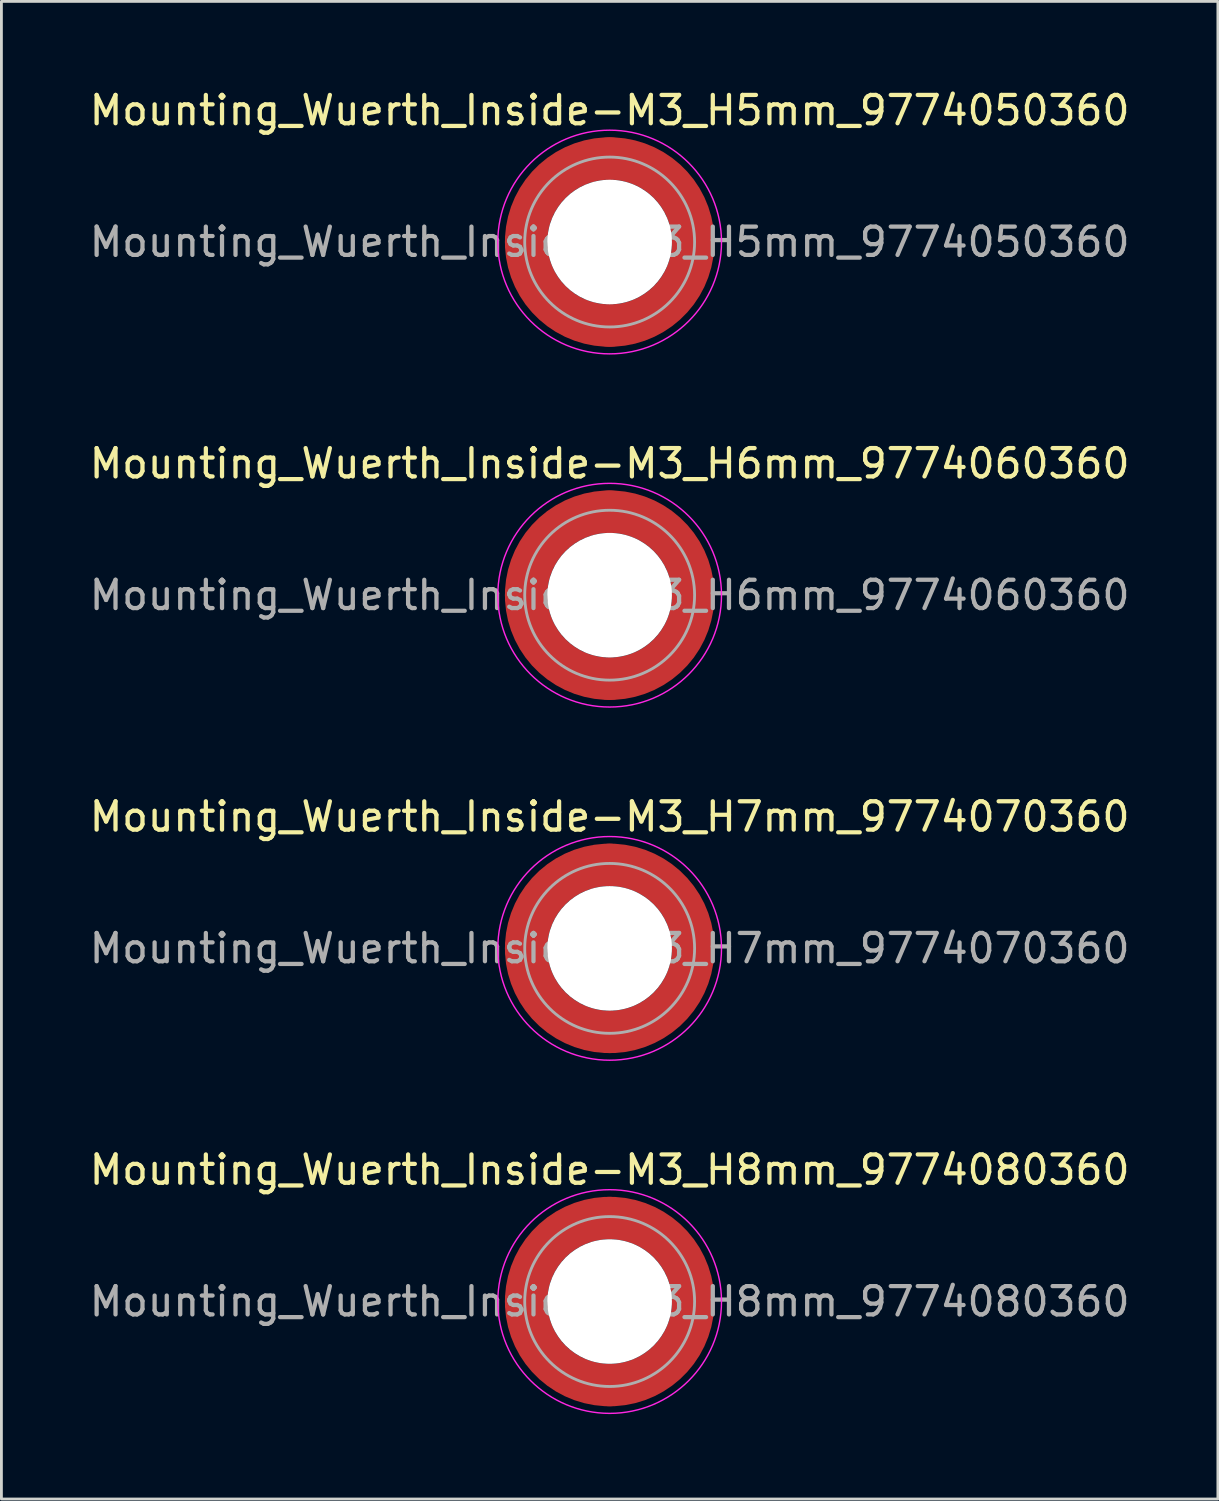
<source format=kicad_pcb>
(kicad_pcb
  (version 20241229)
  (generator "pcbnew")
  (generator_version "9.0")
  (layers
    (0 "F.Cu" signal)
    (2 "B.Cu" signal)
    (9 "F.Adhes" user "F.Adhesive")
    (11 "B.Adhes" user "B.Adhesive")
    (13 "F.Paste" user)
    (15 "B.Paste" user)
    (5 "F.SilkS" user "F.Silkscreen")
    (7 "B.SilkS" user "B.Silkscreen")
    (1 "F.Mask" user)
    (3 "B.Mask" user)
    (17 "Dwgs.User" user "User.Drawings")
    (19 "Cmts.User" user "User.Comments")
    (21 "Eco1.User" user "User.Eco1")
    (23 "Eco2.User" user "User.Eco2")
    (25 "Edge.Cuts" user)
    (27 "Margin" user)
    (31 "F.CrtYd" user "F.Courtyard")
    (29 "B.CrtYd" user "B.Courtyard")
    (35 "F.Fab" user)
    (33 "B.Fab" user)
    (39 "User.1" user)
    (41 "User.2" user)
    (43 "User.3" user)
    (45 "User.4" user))
  (footprint "Mounting_Wuerth_Inside-M3_H5mm_9774050360"
    (layer "F.Cu")
    (at 18.482 5.498)
    (property "Reference" "Mounting_Wuerth_Inside-M3_H5mm_9774050360" (at 0 -4.65 0) (layer "F.SilkS") (effects (font (size 1 1) (thickness 0.15))))
    (attr smd)
    (fp_circle (center 0 0) (end 3.95 0) (stroke (width 0.05) (type solid)) (fill no) (layer "F.CrtYd"))
    (fp_circle (center 0 0) (end 3 0) (stroke (width 0.1) (type solid)) (fill no) (layer "F.Fab"))
    (fp_text user "${REFERENCE}" (at 0 0 0) (layer "F.Fab") (effects (font (size 1 1) (thickness 0.15))))
    (pad "" smd custom (at -2.058 -2.058) (size 1.1 1.1) (layers "F.Paste") (options (anchor circle)) (primitives (gr_arc (start -0.524489 1.532681) (mid 0.194454 0.194454) (end 1.532681 -0.524489) (width 0.55)) (gr_arc (start -0.804569 1.532681) (mid 0 0) (end 1.532681 -0.804569) (width 0.55)) (gr_arc (start -1.083752 1.532681) (mid -0.194454 -0.194454) (end 1.532681 -1.083752) (width 0.55)) (gr_line (start 1.533 -0.524) (end 1.533 -1.084) (width 0.55)) (gr_line (start -0.524 1.533) (end -1.084 1.533) (width 0.55))))
    (pad "" smd custom (at -2.058 2.058) (size 1.1 1.1) (layers "F.Paste") (options (anchor circle)) (primitives (gr_arc (start 1.532681 0.524489) (mid 0.194454 -0.194454) (end -0.524489 -1.532681) (width 0.55)) (gr_arc (start 1.532681 0.804569) (mid 0 0) (end -0.804569 -1.532681) (width 0.55)) (gr_arc (start 1.532681 1.083752) (mid -0.194454 0.194454) (end -1.083752 -1.532681) (width 0.55)) (gr_line (start -0.524 -1.533) (end -1.084 -1.533) (width 0.55)) (gr_line (start 1.533 0.524) (end 1.533 1.084) (width 0.55))))
    (pad "" np_thru_hole circle (at 0 0) (size 4.4 4.4) (drill 4.4) (layers "*.Cu" "*.Mask"))
    (pad "" smd custom (at 2.058 -2.058) (size 1.1 1.1) (layers "F.Paste") (options (anchor circle)) (primitives (gr_arc (start -1.532681 -0.524489) (mid -0.194454 0.194454) (end 0.524489 1.532681) (width 0.55)) (gr_arc (start -1.532681 -0.804569) (mid 0 0) (end 0.804569 1.532681) (width 0.55)) (gr_arc (start -1.532681 -1.083752) (mid 0.194454 -0.194454) (end 1.083752 1.532681) (width 0.55)) (gr_line (start 0.524 1.533) (end 1.084 1.533) (width 0.55)) (gr_line (start -1.533 -0.524) (end -1.533 -1.084) (width 0.55))))
    (pad "" smd custom (at 2.058 2.058) (size 1.1 1.1) (layers "F.Paste") (options (anchor circle)) (primitives (gr_arc (start 0.524489 -1.532681) (mid -0.194454 -0.194454) (end -1.532681 0.524489) (width 0.55)) (gr_arc (start 0.804569 -1.532681) (mid 0 0) (end -1.532681 0.804569) (width 0.55)) (gr_arc (start 1.083752 -1.532681) (mid 0.194454 0.194454) (end -1.532681 1.083752) (width 0.55)) (gr_line (start -1.533 0.524) (end -1.533 1.084) (width 0.55)) (gr_line (start 0.524 -1.533) (end 1.084 -1.533) (width 0.55))))
    (pad "1" smd circle (at -2.95 0) (size 1.5 1.5) (layers "F.Cu"))
    (pad "1" smd circle (at 0 -2.95) (size 1.5 1.5) (layers "F.Cu"))
    (pad "1" smd circle (at 0 2.95) (size 1.5 1.5) (layers "F.Cu"))
    (pad "1" smd custom (at 2.95 0) (size 1.5 1.5) (layers "F.Cu" "F.Mask") (options (anchor circle)) (primitives (gr_circle (center -2.95 0) (end 0 0) (width 1.5) (fill no)))))
  (footprint "Mounting_Wuerth_Inside-M3_H6mm_9774060360"
    (layer "F.Cu")
    (at 18.482 17.971)
    (property "Reference" "Mounting_Wuerth_Inside-M3_H6mm_9774060360" (at 0 -4.65 0) (layer "F.SilkS") (effects (font (size 1 1) (thickness 0.15))))
    (attr smd)
    (fp_circle (center 0 0) (end 3.95 0) (stroke (width 0.05) (type solid)) (fill no) (layer "F.CrtYd"))
    (fp_circle (center 0 0) (end 3 0) (stroke (width 0.1) (type solid)) (fill no) (layer "F.Fab"))
    (fp_text user "${REFERENCE}" (at 0 0 0) (layer "F.Fab") (effects (font (size 1 1) (thickness 0.15))))
    (pad "" smd custom (at -2.058 -2.058) (size 1.1 1.1) (layers "F.Paste") (options (anchor circle)) (primitives (gr_arc (start -0.524489 1.532681) (mid 0.194454 0.194454) (end 1.532681 -0.524489) (width 0.55)) (gr_arc (start -0.804569 1.532681) (mid 0 0) (end 1.532681 -0.804569) (width 0.55)) (gr_arc (start -1.083752 1.532681) (mid -0.194454 -0.194454) (end 1.532681 -1.083752) (width 0.55)) (gr_line (start 1.533 -0.524) (end 1.533 -1.084) (width 0.55)) (gr_line (start -0.524 1.533) (end -1.084 1.533) (width 0.55))))
    (pad "" smd custom (at -2.058 2.058) (size 1.1 1.1) (layers "F.Paste") (options (anchor circle)) (primitives (gr_arc (start 1.532681 0.524489) (mid 0.194454 -0.194454) (end -0.524489 -1.532681) (width 0.55)) (gr_arc (start 1.532681 0.804569) (mid 0 0) (end -0.804569 -1.532681) (width 0.55)) (gr_arc (start 1.532681 1.083752) (mid -0.194454 0.194454) (end -1.083752 -1.532681) (width 0.55)) (gr_line (start -0.524 -1.533) (end -1.084 -1.533) (width 0.55)) (gr_line (start 1.533 0.524) (end 1.533 1.084) (width 0.55))))
    (pad "" np_thru_hole circle (at 0 0) (size 4.4 4.4) (drill 4.4) (layers "*.Cu" "*.Mask"))
    (pad "" smd custom (at 2.058 -2.058) (size 1.1 1.1) (layers "F.Paste") (options (anchor circle)) (primitives (gr_arc (start -1.532681 -0.524489) (mid -0.194454 0.194454) (end 0.524489 1.532681) (width 0.55)) (gr_arc (start -1.532681 -0.804569) (mid 0 0) (end 0.804569 1.532681) (width 0.55)) (gr_arc (start -1.532681 -1.083752) (mid 0.194454 -0.194454) (end 1.083752 1.532681) (width 0.55)) (gr_line (start 0.524 1.533) (end 1.084 1.533) (width 0.55)) (gr_line (start -1.533 -0.524) (end -1.533 -1.084) (width 0.55))))
    (pad "" smd custom (at 2.058 2.058) (size 1.1 1.1) (layers "F.Paste") (options (anchor circle)) (primitives (gr_arc (start 0.524489 -1.532681) (mid -0.194454 -0.194454) (end -1.532681 0.524489) (width 0.55)) (gr_arc (start 0.804569 -1.532681) (mid 0 0) (end -1.532681 0.804569) (width 0.55)) (gr_arc (start 1.083752 -1.532681) (mid 0.194454 0.194454) (end -1.532681 1.083752) (width 0.55)) (gr_line (start -1.533 0.524) (end -1.533 1.084) (width 0.55)) (gr_line (start 0.524 -1.533) (end 1.084 -1.533) (width 0.55))))
    (pad "1" smd circle (at -2.95 0) (size 1.5 1.5) (layers "F.Cu"))
    (pad "1" smd circle (at 0 -2.95) (size 1.5 1.5) (layers "F.Cu"))
    (pad "1" smd circle (at 0 2.95) (size 1.5 1.5) (layers "F.Cu"))
    (pad "1" smd custom (at 2.95 0) (size 1.5 1.5) (layers "F.Cu" "F.Mask") (options (anchor circle)) (primitives (gr_circle (center -2.95 0) (end 0 0) (width 1.5) (fill no)))))
  (footprint "Mounting_Wuerth_Inside-M3_H7mm_9774070360"
    (layer "F.Cu")
    (at 18.482 30.445)
    (property "Reference" "Mounting_Wuerth_Inside-M3_H7mm_9774070360" (at 0 -4.65 0) (layer "F.SilkS") (effects (font (size 1 1) (thickness 0.15))))
    (attr smd)
    (fp_circle (center 0 0) (end 3.95 0) (stroke (width 0.05) (type solid)) (fill no) (layer "F.CrtYd"))
    (fp_circle (center 0 0) (end 3 0) (stroke (width 0.1) (type solid)) (fill no) (layer "F.Fab"))
    (fp_text user "${REFERENCE}" (at 0 0 0) (layer "F.Fab") (effects (font (size 1 1) (thickness 0.15))))
    (pad "" smd custom (at -2.058 -2.058) (size 1.1 1.1) (layers "F.Paste") (options (anchor circle)) (primitives (gr_arc (start -0.524489 1.532681) (mid 0.194454 0.194454) (end 1.532681 -0.524489) (width 0.55)) (gr_arc (start -0.804569 1.532681) (mid 0 0) (end 1.532681 -0.804569) (width 0.55)) (gr_arc (start -1.083752 1.532681) (mid -0.194454 -0.194454) (end 1.532681 -1.083752) (width 0.55)) (gr_line (start 1.533 -0.524) (end 1.533 -1.084) (width 0.55)) (gr_line (start -0.524 1.533) (end -1.084 1.533) (width 0.55))))
    (pad "" smd custom (at -2.058 2.058) (size 1.1 1.1) (layers "F.Paste") (options (anchor circle)) (primitives (gr_arc (start 1.532681 0.524489) (mid 0.194454 -0.194454) (end -0.524489 -1.532681) (width 0.55)) (gr_arc (start 1.532681 0.804569) (mid 0 0) (end -0.804569 -1.532681) (width 0.55)) (gr_arc (start 1.532681 1.083752) (mid -0.194454 0.194454) (end -1.083752 -1.532681) (width 0.55)) (gr_line (start -0.524 -1.533) (end -1.084 -1.533) (width 0.55)) (gr_line (start 1.533 0.524) (end 1.533 1.084) (width 0.55))))
    (pad "" np_thru_hole circle (at 0 0) (size 4.4 4.4) (drill 4.4) (layers "*.Cu" "*.Mask"))
    (pad "" smd custom (at 2.058 -2.058) (size 1.1 1.1) (layers "F.Paste") (options (anchor circle)) (primitives (gr_arc (start -1.532681 -0.524489) (mid -0.194454 0.194454) (end 0.524489 1.532681) (width 0.55)) (gr_arc (start -1.532681 -0.804569) (mid 0 0) (end 0.804569 1.532681) (width 0.55)) (gr_arc (start -1.532681 -1.083752) (mid 0.194454 -0.194454) (end 1.083752 1.532681) (width 0.55)) (gr_line (start 0.524 1.533) (end 1.084 1.533) (width 0.55)) (gr_line (start -1.533 -0.524) (end -1.533 -1.084) (width 0.55))))
    (pad "" smd custom (at 2.058 2.058) (size 1.1 1.1) (layers "F.Paste") (options (anchor circle)) (primitives (gr_arc (start 0.524489 -1.532681) (mid -0.194454 -0.194454) (end -1.532681 0.524489) (width 0.55)) (gr_arc (start 0.804569 -1.532681) (mid 0 0) (end -1.532681 0.804569) (width 0.55)) (gr_arc (start 1.083752 -1.532681) (mid 0.194454 0.194454) (end -1.532681 1.083752) (width 0.55)) (gr_line (start -1.533 0.524) (end -1.533 1.084) (width 0.55)) (gr_line (start 0.524 -1.533) (end 1.084 -1.533) (width 0.55))))
    (pad "1" smd circle (at -2.95 0) (size 1.5 1.5) (layers "F.Cu"))
    (pad "1" smd circle (at 0 -2.95) (size 1.5 1.5) (layers "F.Cu"))
    (pad "1" smd circle (at 0 2.95) (size 1.5 1.5) (layers "F.Cu"))
    (pad "1" smd custom (at 2.95 0) (size 1.5 1.5) (layers "F.Cu" "F.Mask") (options (anchor circle)) (primitives (gr_circle (center -2.95 0) (end 0 0) (width 1.5) (fill no)))))
  (footprint "Mounting_Wuerth_Inside-M3_H8mm_9774080360"
    (layer "F.Cu")
    (at 18.482 42.918)
    (property "Reference" "Mounting_Wuerth_Inside-M3_H8mm_9774080360" (at 0 -4.65 0) (layer "F.SilkS") (effects (font (size 1 1) (thickness 0.15))))
    (attr smd)
    (fp_circle (center 0 0) (end 3.95 0) (stroke (width 0.05) (type solid)) (fill no) (layer "F.CrtYd"))
    (fp_circle (center 0 0) (end 3 0) (stroke (width 0.1) (type solid)) (fill no) (layer "F.Fab"))
    (fp_text user "${REFERENCE}" (at 0 0 0) (layer "F.Fab") (effects (font (size 1 1) (thickness 0.15))))
    (pad "" smd custom (at -2.058 -2.058) (size 1.1 1.1) (layers "F.Paste") (options (anchor circle)) (primitives (gr_arc (start -0.524489 1.532681) (mid 0.194454 0.194454) (end 1.532681 -0.524489) (width 0.55)) (gr_arc (start -0.804569 1.532681) (mid 0 0) (end 1.532681 -0.804569) (width 0.55)) (gr_arc (start -1.083752 1.532681) (mid -0.194454 -0.194454) (end 1.532681 -1.083752) (width 0.55)) (gr_line (start 1.533 -0.524) (end 1.533 -1.084) (width 0.55)) (gr_line (start -0.524 1.533) (end -1.084 1.533) (width 0.55))))
    (pad "" smd custom (at -2.058 2.058) (size 1.1 1.1) (layers "F.Paste") (options (anchor circle)) (primitives (gr_arc (start 1.532681 0.524489) (mid 0.194454 -0.194454) (end -0.524489 -1.532681) (width 0.55)) (gr_arc (start 1.532681 0.804569) (mid 0 0) (end -0.804569 -1.532681) (width 0.55)) (gr_arc (start 1.532681 1.083752) (mid -0.194454 0.194454) (end -1.083752 -1.532681) (width 0.55)) (gr_line (start -0.524 -1.533) (end -1.084 -1.533) (width 0.55)) (gr_line (start 1.533 0.524) (end 1.533 1.084) (width 0.55))))
    (pad "" np_thru_hole circle (at 0 0) (size 4.4 4.4) (drill 4.4) (layers "*.Cu" "*.Mask"))
    (pad "" smd custom (at 2.058 -2.058) (size 1.1 1.1) (layers "F.Paste") (options (anchor circle)) (primitives (gr_arc (start -1.532681 -0.524489) (mid -0.194454 0.194454) (end 0.524489 1.532681) (width 0.55)) (gr_arc (start -1.532681 -0.804569) (mid 0 0) (end 0.804569 1.532681) (width 0.55)) (gr_arc (start -1.532681 -1.083752) (mid 0.194454 -0.194454) (end 1.083752 1.532681) (width 0.55)) (gr_line (start 0.524 1.533) (end 1.084 1.533) (width 0.55)) (gr_line (start -1.533 -0.524) (end -1.533 -1.084) (width 0.55))))
    (pad "" smd custom (at 2.058 2.058) (size 1.1 1.1) (layers "F.Paste") (options (anchor circle)) (primitives (gr_arc (start 0.524489 -1.532681) (mid -0.194454 -0.194454) (end -1.532681 0.524489) (width 0.55)) (gr_arc (start 0.804569 -1.532681) (mid 0 0) (end -1.532681 0.804569) (width 0.55)) (gr_arc (start 1.083752 -1.532681) (mid 0.194454 0.194454) (end -1.532681 1.083752) (width 0.55)) (gr_line (start -1.533 0.524) (end -1.533 1.084) (width 0.55)) (gr_line (start 0.524 -1.533) (end 1.084 -1.533) (width 0.55))))
    (pad "1" smd circle (at -2.95 0) (size 1.5 1.5) (layers "F.Cu"))
    (pad "1" smd circle (at 0 -2.95) (size 1.5 1.5) (layers "F.Cu"))
    (pad "1" smd circle (at 0 2.95) (size 1.5 1.5) (layers "F.Cu"))
    (pad "1" smd custom (at 2.95 0) (size 1.5 1.5) (layers "F.Cu" "F.Mask") (options (anchor circle)) (primitives (gr_circle (center -2.95 0) (end 0 0) (width 1.5) (fill no)))))
  (gr_rect
    (start -3 -3)
    (end 39.964 49.893)
    (stroke (width 0.1) (type default))
    (fill no)
    (layer "Edge.Cuts")))
</source>
